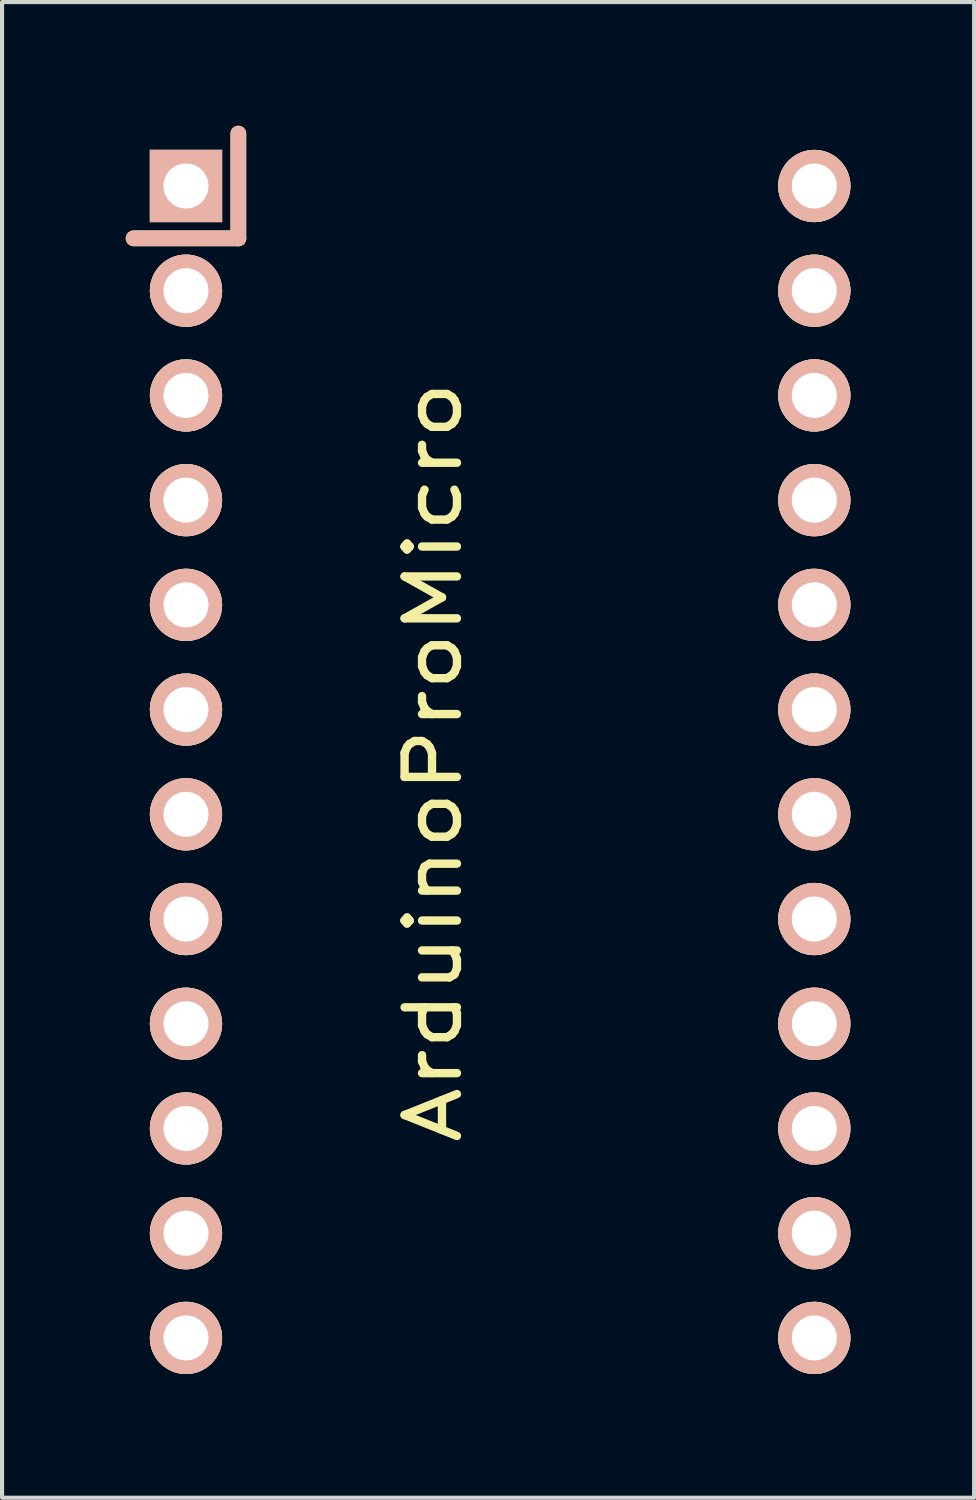
<source format=kicad_pcb>
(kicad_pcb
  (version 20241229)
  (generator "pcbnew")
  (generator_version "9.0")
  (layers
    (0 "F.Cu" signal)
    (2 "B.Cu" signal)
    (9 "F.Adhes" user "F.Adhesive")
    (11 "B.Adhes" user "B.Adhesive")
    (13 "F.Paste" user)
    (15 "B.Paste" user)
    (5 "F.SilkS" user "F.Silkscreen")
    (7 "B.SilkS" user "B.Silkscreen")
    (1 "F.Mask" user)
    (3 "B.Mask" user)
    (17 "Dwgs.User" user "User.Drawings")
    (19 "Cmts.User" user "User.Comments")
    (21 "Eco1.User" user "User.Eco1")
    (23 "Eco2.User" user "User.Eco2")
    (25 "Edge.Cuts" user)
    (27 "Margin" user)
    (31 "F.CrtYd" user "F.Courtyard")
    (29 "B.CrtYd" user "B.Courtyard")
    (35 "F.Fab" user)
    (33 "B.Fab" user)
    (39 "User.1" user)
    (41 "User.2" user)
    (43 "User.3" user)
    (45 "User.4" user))
  (footprint "ArduinoProMicro"
    (layer "F.Cu")
    (at 9.081 15.431)
    (property "Reference" "ArduinoProMicro" (at -1.625 0 270) (layer "F.SilkS") (effects (font (size 1.27 1.524) (thickness 0.203))))
    (attr through_hole)
    (fp_line (start -6.35 -15.24) (end -6.35 -12.7) (stroke (width 0.381) (type solid)) (layer "F.SilkS"))
    (fp_line (start -6.35 -12.7) (end -8.89 -12.7) (stroke (width 0.381) (type solid)) (layer "F.SilkS"))
    (fp_line (start -6.35 -15.24) (end -6.35 -12.7) (stroke (width 0.381) (type solid)) (layer "B.SilkS"))
    (fp_line (start -6.35 -12.7) (end -8.89 -12.7) (stroke (width 0.381) (type solid)) (layer "B.SilkS"))
    (pad "1" thru_hole rect (at -7.62 -13.97 270) (size 1.753 1.753) (drill 1.092) (layers "*.Cu" "*.SilkS" "*.Mask"))
    (pad "2" thru_hole circle (at -7.62 -11.43 270) (size 1.753 1.753) (drill 1.092) (layers "*.Cu" "*.SilkS" "*.Mask"))
    (pad "3" thru_hole circle (at -7.62 -8.89 270) (size 1.753 1.753) (drill 1.092) (layers "*.Cu" "*.SilkS" "*.Mask"))
    (pad "4" thru_hole circle (at -7.62 -6.35 270) (size 1.753 1.753) (drill 1.092) (layers "*.Cu" "*.SilkS" "*.Mask"))
    (pad "5" thru_hole circle (at -7.62 -3.81 270) (size 1.753 1.753) (drill 1.092) (layers "*.Cu" "*.SilkS" "*.Mask"))
    (pad "6" thru_hole circle (at -7.62 -1.27 270) (size 1.753 1.753) (drill 1.092) (layers "*.Cu" "*.SilkS" "*.Mask"))
    (pad "7" thru_hole circle (at -7.62 1.27 270) (size 1.753 1.753) (drill 1.092) (layers "*.Cu" "*.SilkS" "*.Mask"))
    (pad "8" thru_hole circle (at -7.62 3.81 270) (size 1.753 1.753) (drill 1.092) (layers "*.Cu" "*.SilkS" "*.Mask"))
    (pad "9" thru_hole circle (at -7.62 6.35 270) (size 1.753 1.753) (drill 1.092) (layers "*.Cu" "*.SilkS" "*.Mask"))
    (pad "10" thru_hole circle (at -7.62 8.89 270) (size 1.753 1.753) (drill 1.092) (layers "*.Cu" "*.SilkS" "*.Mask"))
    (pad "11" thru_hole circle (at -7.62 11.43 270) (size 1.753 1.753) (drill 1.092) (layers "*.Cu" "*.SilkS" "*.Mask"))
    (pad "12" thru_hole circle (at -7.62 13.97 270) (size 1.753 1.753) (drill 1.092) (layers "*.Cu" "*.SilkS" "*.Mask"))
    (pad "13" thru_hole circle (at 7.62 13.97 270) (size 1.753 1.753) (drill 1.092) (layers "*.Cu" "*.SilkS" "*.Mask"))
    (pad "14" thru_hole circle (at 7.62 11.43 270) (size 1.753 1.753) (drill 1.092) (layers "*.Cu" "*.SilkS" "*.Mask"))
    (pad "15" thru_hole circle (at 7.62 8.89 270) (size 1.753 1.753) (drill 1.092) (layers "*.Cu" "*.SilkS" "*.Mask"))
    (pad "16" thru_hole circle (at 7.62 6.35 270) (size 1.753 1.753) (drill 1.092) (layers "*.Cu" "*.SilkS" "*.Mask"))
    (pad "17" thru_hole circle (at 7.62 3.81 270) (size 1.753 1.753) (drill 1.092) (layers "*.Cu" "*.SilkS" "*.Mask"))
    (pad "18" thru_hole circle (at 7.62 1.27 270) (size 1.753 1.753) (drill 1.092) (layers "*.Cu" "*.SilkS" "*.Mask"))
    (pad "19" thru_hole circle (at 7.62 -1.27 270) (size 1.753 1.753) (drill 1.092) (layers "*.Cu" "*.SilkS" "*.Mask"))
    (pad "20" thru_hole circle (at 7.62 -3.81 270) (size 1.753 1.753) (drill 1.092) (layers "*.Cu" "*.SilkS" "*.Mask"))
    (pad "21" thru_hole circle (at 7.62 -6.35 270) (size 1.753 1.753) (drill 1.092) (layers "*.Cu" "*.SilkS" "*.Mask"))
    (pad "22" thru_hole circle (at 7.62 -8.89 270) (size 1.753 1.753) (drill 1.092) (layers "*.Cu" "*.SilkS" "*.Mask"))
    (pad "23" thru_hole circle (at 7.62 -11.43 270) (size 1.753 1.753) (drill 1.092) (layers "*.Cu" "*.SilkS" "*.Mask"))
    (pad "24" thru_hole circle (at 7.62 -13.97 270) (size 1.753 1.753) (drill 1.092) (layers "*.Cu" "*.SilkS" "*.Mask")))
  (gr_rect
    (start -3 -3)
    (end 20.577 33.277)
    (stroke (width 0.1) (type default))
    (fill no)
    (layer "Edge.Cuts")))
</source>
